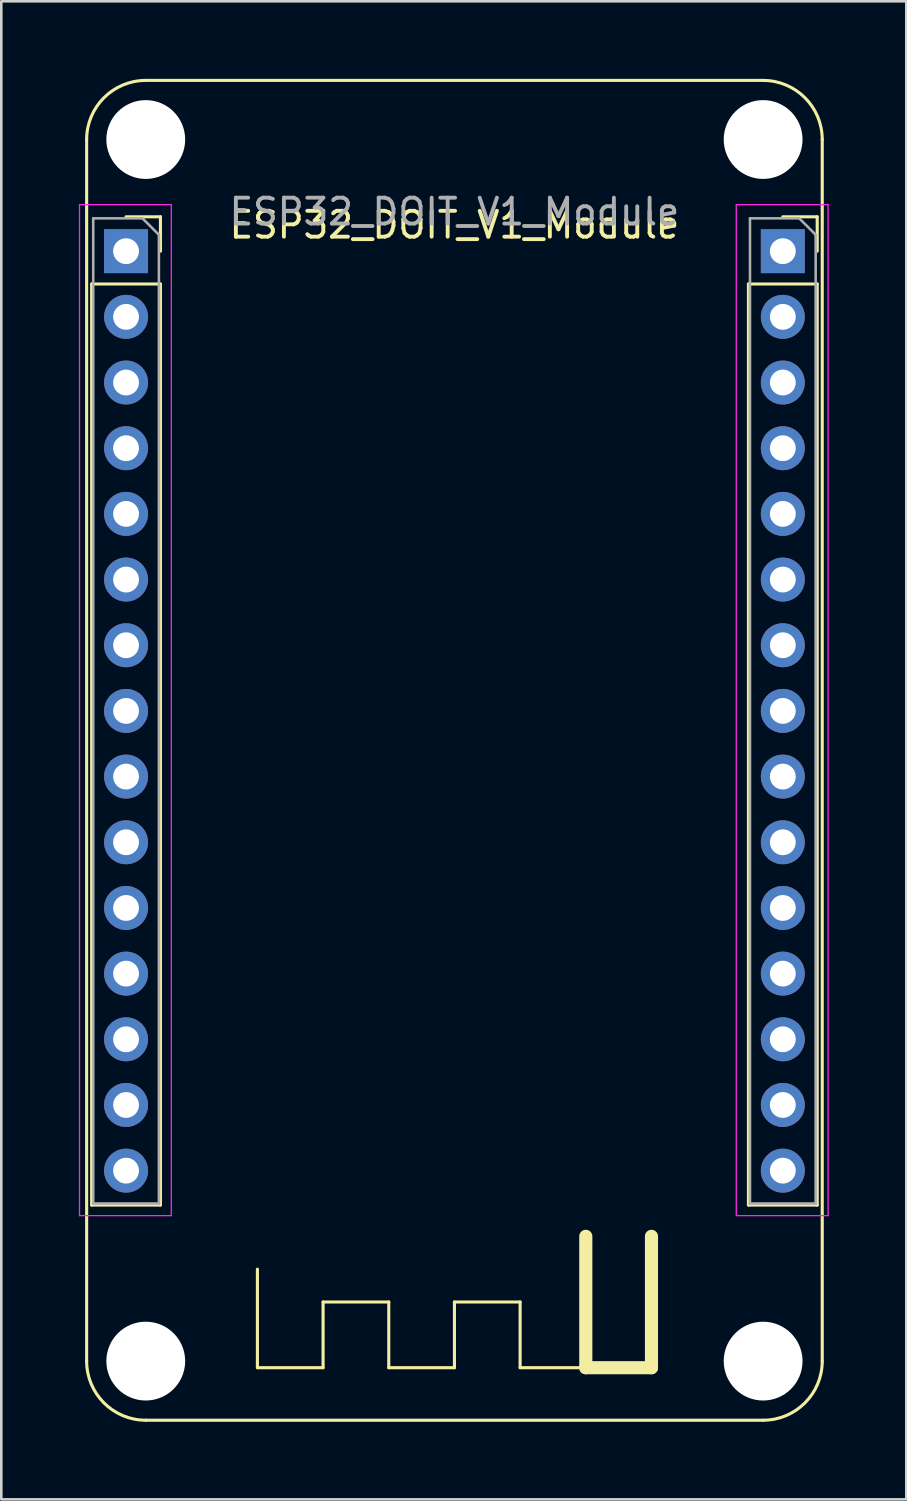
<source format=kicad_pcb>
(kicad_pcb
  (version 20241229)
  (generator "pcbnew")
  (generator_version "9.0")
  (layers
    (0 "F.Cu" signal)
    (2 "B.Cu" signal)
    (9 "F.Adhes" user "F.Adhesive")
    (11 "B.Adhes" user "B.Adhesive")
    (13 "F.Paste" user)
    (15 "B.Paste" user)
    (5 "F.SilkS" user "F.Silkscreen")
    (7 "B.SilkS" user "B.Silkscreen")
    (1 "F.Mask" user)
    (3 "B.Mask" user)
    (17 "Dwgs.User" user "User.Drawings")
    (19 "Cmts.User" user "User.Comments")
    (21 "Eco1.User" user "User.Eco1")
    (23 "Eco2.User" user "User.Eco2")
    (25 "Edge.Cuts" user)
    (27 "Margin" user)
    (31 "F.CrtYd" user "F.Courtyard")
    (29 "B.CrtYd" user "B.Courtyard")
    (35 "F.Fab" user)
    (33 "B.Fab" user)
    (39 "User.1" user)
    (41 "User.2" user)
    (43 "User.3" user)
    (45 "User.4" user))
  (footprint "ESP32_DOIT_V1_Module"
    (layer "F.Cu")
    (at 14.525 6.664)
    (property "Reference" "ESP32_DOIT_V1_Module" (at 0 -1.016 0) (layer "F.SilkS") (effects (font (size 1 1) (thickness 0.15))))
    (attr through_hole)
    (fp_line (start -14.224 -4.318) (end -14.224 42.926) (stroke (width 0.12) (type solid)) (layer "F.SilkS"))
    (fp_line (start -14.03 1.27) (end -14.03 36.89) (stroke (width 0.12) (type solid)) (layer "F.SilkS"))
    (fp_line (start -14.03 1.27) (end -11.37 1.27) (stroke (width 0.12) (type solid)) (layer "F.SilkS"))
    (fp_line (start -14.03 36.89) (end -11.37 36.89) (stroke (width 0.12) (type solid)) (layer "F.SilkS"))
    (fp_line (start -12.7 -1.33) (end -11.37 -1.33) (stroke (width 0.12) (type solid)) (layer "F.SilkS"))
    (fp_line (start -11.938 -6.604) (end 11.938 -6.604) (stroke (width 0.12) (type solid)) (layer "F.SilkS"))
    (fp_line (start -11.938 45.212) (end 11.938 45.212) (stroke (width 0.12) (type solid)) (layer "F.SilkS"))
    (fp_line (start -11.37 -1.33) (end -11.37 0) (stroke (width 0.12) (type solid)) (layer "F.SilkS"))
    (fp_line (start -11.37 1.27) (end -11.37 36.89) (stroke (width 0.12) (type solid)) (layer "F.SilkS"))
    (fp_line (start -7.62 43.18) (end -7.62 39.37) (stroke (width 0.12) (type solid)) (layer "F.SilkS"))
    (fp_line (start -5.08 40.64) (end -5.08 43.18) (stroke (width 0.12) (type solid)) (layer "F.SilkS"))
    (fp_line (start -5.08 43.18) (end -7.62 43.18) (stroke (width 0.12) (type solid)) (layer "F.SilkS"))
    (fp_line (start -2.54 40.64) (end -5.08 40.64) (stroke (width 0.12) (type solid)) (layer "F.SilkS"))
    (fp_line (start -2.54 43.18) (end -2.54 40.64) (stroke (width 0.12) (type solid)) (layer "F.SilkS"))
    (fp_line (start 0 40.64) (end 0 43.18) (stroke (width 0.12) (type solid)) (layer "F.SilkS"))
    (fp_line (start 0 43.18) (end -2.54 43.18) (stroke (width 0.12) (type solid)) (layer "F.SilkS"))
    (fp_line (start 2.54 40.64) (end 0 40.64) (stroke (width 0.12) (type solid)) (layer "F.SilkS"))
    (fp_line (start 2.54 43.18) (end 2.54 40.64) (stroke (width 0.12) (type solid)) (layer "F.SilkS"))
    (fp_line (start 5.08 43.18) (end 2.54 43.18) (stroke (width 0.12) (type solid)) (layer "F.SilkS"))
    (fp_line (start 5.08 43.18) (end 5.08 38.1) (stroke (width 0.508) (type solid)) (layer "F.SilkS"))
    (fp_line (start 7.62 38.1) (end 7.62 43.18) (stroke (width 0.508) (type solid)) (layer "F.SilkS"))
    (fp_line (start 7.62 43.18) (end 5.08 43.18) (stroke (width 0.508) (type solid)) (layer "F.SilkS"))
    (fp_line (start 11.37 1.27) (end 11.37 36.89) (stroke (width 0.12) (type solid)) (layer "F.SilkS"))
    (fp_line (start 11.37 1.27) (end 14.03 1.27) (stroke (width 0.12) (type solid)) (layer "F.SilkS"))
    (fp_line (start 11.37 36.89) (end 14.03 36.89) (stroke (width 0.12) (type solid)) (layer "F.SilkS"))
    (fp_line (start 12.7 -1.33) (end 14.03 -1.33) (stroke (width 0.12) (type solid)) (layer "F.SilkS"))
    (fp_line (start 14.03 -1.33) (end 14.03 0) (stroke (width 0.12) (type solid)) (layer "F.SilkS"))
    (fp_line (start 14.03 1.27) (end 14.03 36.89) (stroke (width 0.12) (type solid)) (layer "F.SilkS"))
    (fp_line (start 14.224 42.926) (end 14.224 -4.318) (stroke (width 0.12) (type solid)) (layer "F.SilkS"))
    (fp_arc (start -14.224 -4.318) (mid -13.554446 -5.934446) (end -11.938 -6.604) (stroke (width 0.12) (type solid)) (layer "F.SilkS"))
    (fp_arc (start -11.938 45.212) (mid -13.554446 44.542446) (end -14.224 42.926) (stroke (width 0.12) (type solid)) (layer "F.SilkS"))
    (fp_arc (start 11.938 -6.604) (mid 13.554446 -5.934446) (end 14.224 -4.318) (stroke (width 0.12) (type solid)) (layer "F.SilkS"))
    (fp_arc (start 14.224 42.926) (mid 13.554446 44.542446) (end 11.938 45.212) (stroke (width 0.12) (type solid)) (layer "F.SilkS"))
    (fp_line (start -14.5 -1.8) (end -10.95 -1.8) (stroke (width 0.05) (type solid)) (layer "F.CrtYd"))
    (fp_line (start -14.5 37.3) (end -14.5 -1.8) (stroke (width 0.05) (type solid)) (layer "F.CrtYd"))
    (fp_line (start -10.95 -1.8) (end -10.95 37.3) (stroke (width 0.05) (type solid)) (layer "F.CrtYd"))
    (fp_line (start -10.95 37.3) (end -14.5 37.3) (stroke (width 0.05) (type solid)) (layer "F.CrtYd"))
    (fp_line (start 10.9 -1.8) (end 14.45 -1.8) (stroke (width 0.05) (type solid)) (layer "F.CrtYd"))
    (fp_line (start 10.9 37.3) (end 10.9 -1.8) (stroke (width 0.05) (type solid)) (layer "F.CrtYd"))
    (fp_line (start 14.45 -1.8) (end 14.45 37.3) (stroke (width 0.05) (type solid)) (layer "F.CrtYd"))
    (fp_line (start 14.45 37.3) (end 10.9 37.3) (stroke (width 0.05) (type solid)) (layer "F.CrtYd"))
    (fp_line (start -13.97 -1.27) (end -12.065 -1.27) (stroke (width 0.1) (type solid)) (layer "F.Fab"))
    (fp_line (start -13.97 36.83) (end -13.97 -1.27) (stroke (width 0.1) (type solid)) (layer "F.Fab"))
    (fp_line (start -12.065 -1.27) (end -11.43 -0.635) (stroke (width 0.1) (type solid)) (layer "F.Fab"))
    (fp_line (start -11.43 -0.635) (end -11.43 36.83) (stroke (width 0.1) (type solid)) (layer "F.Fab"))
    (fp_line (start -11.43 36.83) (end -13.97 36.83) (stroke (width 0.1) (type solid)) (layer "F.Fab"))
    (fp_line (start 11.43 -1.27) (end 13.335 -1.27) (stroke (width 0.1) (type solid)) (layer "F.Fab"))
    (fp_line (start 11.43 36.83) (end 11.43 -1.27) (stroke (width 0.1) (type solid)) (layer "F.Fab"))
    (fp_line (start 13.335 -1.27) (end 13.97 -0.635) (stroke (width 0.1) (type solid)) (layer "F.Fab"))
    (fp_line (start 13.97 -0.635) (end 13.97 36.83) (stroke (width 0.1) (type solid)) (layer "F.Fab"))
    (fp_line (start 13.97 36.83) (end 11.43 36.83) (stroke (width 0.1) (type solid)) (layer "F.Fab"))
    (fp_text user "${REFERENCE}" (at 0 -1.524 180) (layer "F.Fab") (effects (font (size 1 1) (thickness 0.15))))
    (pad "" np_thru_hole circle (at -11.938 -4.318) (size 3.048 3.048) (drill 3.048) (layers "*.Cu" "*.Mask"))
    (pad "" np_thru_hole circle (at -11.938 42.926) (size 3.048 3.048) (drill 3.048) (layers "*.Cu" "*.Mask"))
    (pad "" np_thru_hole circle (at 11.938 -4.318) (size 3.048 3.048) (drill 3.048) (layers "*.Cu" "*.Mask"))
    (pad "" np_thru_hole circle (at 11.938 42.926) (size 3.048 3.048) (drill 3.048) (layers "*.Cu" "*.Mask"))
    (pad "1" thru_hole rect (at -12.7 0) (size 1.7 1.7) (drill 1) (layers "*.Cu" "*.Mask"))
    (pad "2" thru_hole oval (at -12.7 2.54) (size 1.7 1.7) (drill 1) (layers "*.Cu" "*.Mask"))
    (pad "3" thru_hole oval (at -12.7 5.08) (size 1.7 1.7) (drill 1) (layers "*.Cu" "*.Mask"))
    (pad "4" thru_hole oval (at -12.7 7.62) (size 1.7 1.7) (drill 1) (layers "*.Cu" "*.Mask"))
    (pad "5" thru_hole oval (at -12.7 10.16) (size 1.7 1.7) (drill 1) (layers "*.Cu" "*.Mask"))
    (pad "6" thru_hole oval (at -12.7 12.7) (size 1.7 1.7) (drill 1) (layers "*.Cu" "*.Mask"))
    (pad "7" thru_hole oval (at -12.7 15.24) (size 1.7 1.7) (drill 1) (layers "*.Cu" "*.Mask"))
    (pad "8" thru_hole oval (at -12.7 17.78) (size 1.7 1.7) (drill 1) (layers "*.Cu" "*.Mask"))
    (pad "9" thru_hole oval (at -12.7 20.32) (size 1.7 1.7) (drill 1) (layers "*.Cu" "*.Mask"))
    (pad "10" thru_hole oval (at -12.7 22.86) (size 1.7 1.7) (drill 1) (layers "*.Cu" "*.Mask"))
    (pad "11" thru_hole oval (at -12.7 25.4) (size 1.7 1.7) (drill 1) (layers "*.Cu" "*.Mask"))
    (pad "12" thru_hole oval (at -12.7 27.94) (size 1.7 1.7) (drill 1) (layers "*.Cu" "*.Mask"))
    (pad "13" thru_hole oval (at -12.7 30.48) (size 1.7 1.7) (drill 1) (layers "*.Cu" "*.Mask"))
    (pad "14" thru_hole oval (at -12.7 33.02) (size 1.7 1.7) (drill 1) (layers "*.Cu" "*.Mask"))
    (pad "15" thru_hole oval (at -12.7 35.56) (size 1.7 1.7) (drill 1) (layers "*.Cu" "*.Mask"))
    (pad "16" thru_hole oval (at 12.7 35.56) (size 1.7 1.7) (drill 1) (layers "*.Cu" "*.Mask"))
    (pad "17" thru_hole oval (at 12.7 33.02) (size 1.7 1.7) (drill 1) (layers "*.Cu" "*.Mask"))
    (pad "18" thru_hole oval (at 12.7 30.48) (size 1.7 1.7) (drill 1) (layers "*.Cu" "*.Mask"))
    (pad "19" thru_hole oval (at 12.7 27.94) (size 1.7 1.7) (drill 1) (layers "*.Cu" "*.Mask"))
    (pad "20" thru_hole oval (at 12.7 25.4) (size 1.7 1.7) (drill 1) (layers "*.Cu" "*.Mask"))
    (pad "21" thru_hole oval (at 12.7 22.86) (size 1.7 1.7) (drill 1) (layers "*.Cu" "*.Mask"))
    (pad "22" thru_hole oval (at 12.7 20.32) (size 1.7 1.7) (drill 1) (layers "*.Cu" "*.Mask"))
    (pad "23" thru_hole oval (at 12.7 17.78) (size 1.7 1.7) (drill 1) (layers "*.Cu" "*.Mask"))
    (pad "24" thru_hole oval (at 12.7 15.24) (size 1.7 1.7) (drill 1) (layers "*.Cu" "*.Mask"))
    (pad "25" thru_hole oval (at 12.7 12.7) (size 1.7 1.7) (drill 1) (layers "*.Cu" "*.Mask"))
    (pad "26" thru_hole oval (at 12.7 10.16) (size 1.7 1.7) (drill 1) (layers "*.Cu" "*.Mask"))
    (pad "27" thru_hole oval (at 12.7 7.62) (size 1.7 1.7) (drill 1) (layers "*.Cu" "*.Mask"))
    (pad "28" thru_hole oval (at 12.7 5.08) (size 1.7 1.7) (drill 1) (layers "*.Cu" "*.Mask"))
    (pad "29" thru_hole oval (at 12.7 2.54) (size 1.7 1.7) (drill 1) (layers "*.Cu" "*.Mask"))
    (pad "30" thru_hole rect (at 12.7 0) (size 1.7 1.7) (drill 1) (layers "*.Cu" "*.Mask")))
  (gr_rect
    (start -3 -3)
    (end 32 54.936)
    (stroke (width 0.1) (type default))
    (fill no)
    (layer "Edge.Cuts")))
</source>
